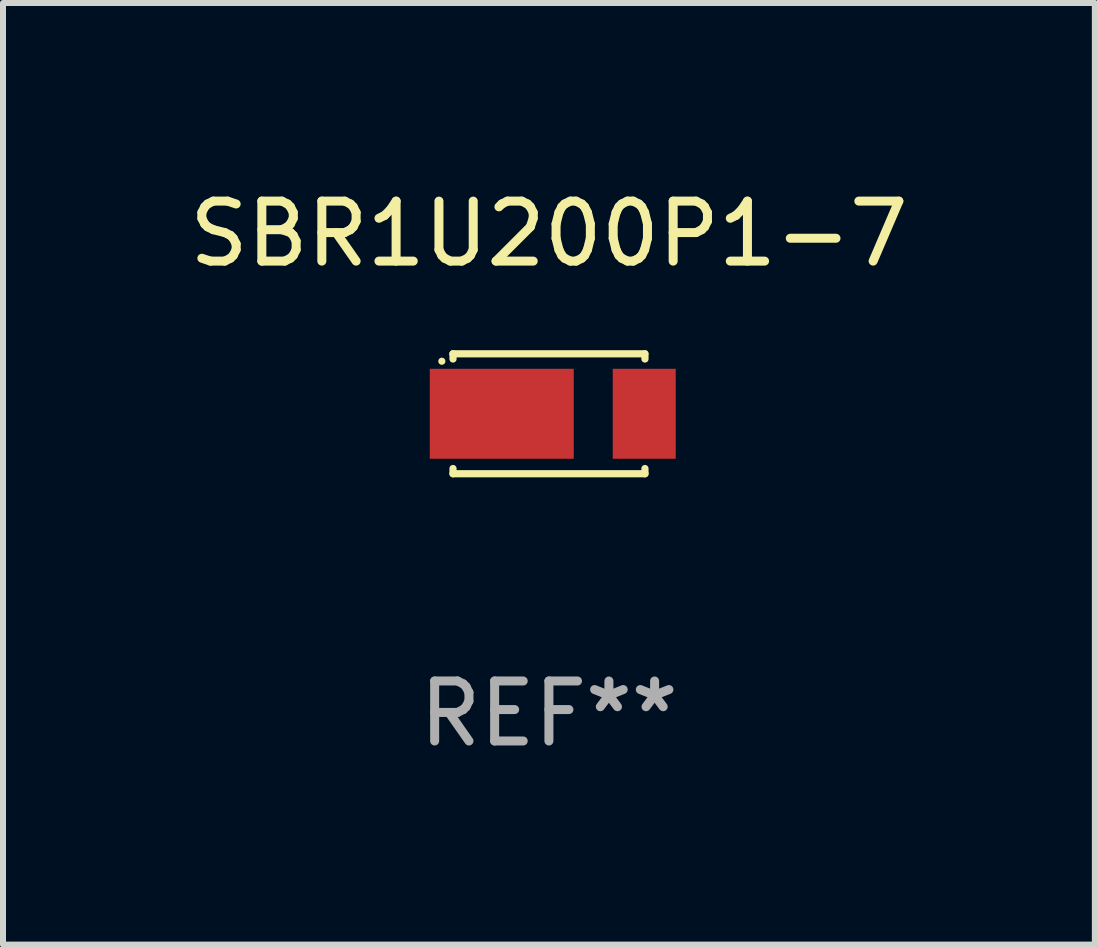
<source format=kicad_pcb>
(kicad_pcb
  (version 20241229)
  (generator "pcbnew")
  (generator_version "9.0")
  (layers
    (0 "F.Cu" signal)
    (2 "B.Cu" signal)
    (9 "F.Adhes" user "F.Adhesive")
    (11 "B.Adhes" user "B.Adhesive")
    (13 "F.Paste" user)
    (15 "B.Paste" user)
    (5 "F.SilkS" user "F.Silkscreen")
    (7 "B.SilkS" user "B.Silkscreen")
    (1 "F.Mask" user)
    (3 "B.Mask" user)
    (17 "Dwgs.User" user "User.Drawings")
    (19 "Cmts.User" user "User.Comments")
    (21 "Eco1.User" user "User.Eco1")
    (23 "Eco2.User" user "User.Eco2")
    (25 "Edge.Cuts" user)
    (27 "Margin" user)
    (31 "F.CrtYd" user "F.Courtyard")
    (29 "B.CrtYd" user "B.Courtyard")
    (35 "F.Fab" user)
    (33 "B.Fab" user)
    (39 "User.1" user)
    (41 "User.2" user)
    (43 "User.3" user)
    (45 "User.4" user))
  (footprint "SBR1U200P1-7"
    (layer "F.Cu")
    (at 6.101 3.848)
    (property "Reference" "SBR1U200P1-7" (at 0 -3 0) (layer "F.SilkS") (effects (font (size 1 1) (thickness 0.15))))
    (attr through_hole)
    (fp_line (start -1.599 -1) (end -1.599 -0.913) (stroke (width 0.12) (type solid)) (layer "F.SilkS"))
    (fp_line (start -1.599 0.913) (end -1.599 1) (stroke (width 0.12) (type solid)) (layer "F.SilkS"))
    (fp_line (start -1.599 1) (end 1.601 1) (stroke (width 0.12) (type solid)) (layer "F.SilkS"))
    (fp_line (start 1.599 -1) (end -1.601 -1) (stroke (width 0.12) (type solid)) (layer "F.SilkS"))
    (fp_line (start 1.601 -1) (end 1.601 -0.913) (stroke (width 0.12) (type solid)) (layer "F.SilkS"))
    (fp_line (start 1.601 0.913) (end 1.601 1) (stroke (width 0.12) (type solid)) (layer "F.SilkS"))
    (fp_circle (center -1.785 -0.876) (end -1.755 -0.876) (stroke (width 0.06) (type solid)) (fill no) (layer "F.SilkS"))
    (fp_text user "REF**" (at 0 5 0) (layer "F.Fab") (effects (font (size 1 1) (thickness 0.15))))
    (pad "1" smd rect (at -0.786 0 180) (size 2.4 1.5) (layers "F.Cu" "F.Mask" "F.Paste"))
    (pad "2" smd rect (at 1.589 0 180) (size 1.05 1.5) (layers "F.Cu" "F.Mask" "F.Paste")))
  (gr_rect
    (start -3 -3)
    (end 15.202 12.697)
    (stroke (width 0.1) (type default))
    (fill no)
    (layer "Edge.Cuts")))
</source>
